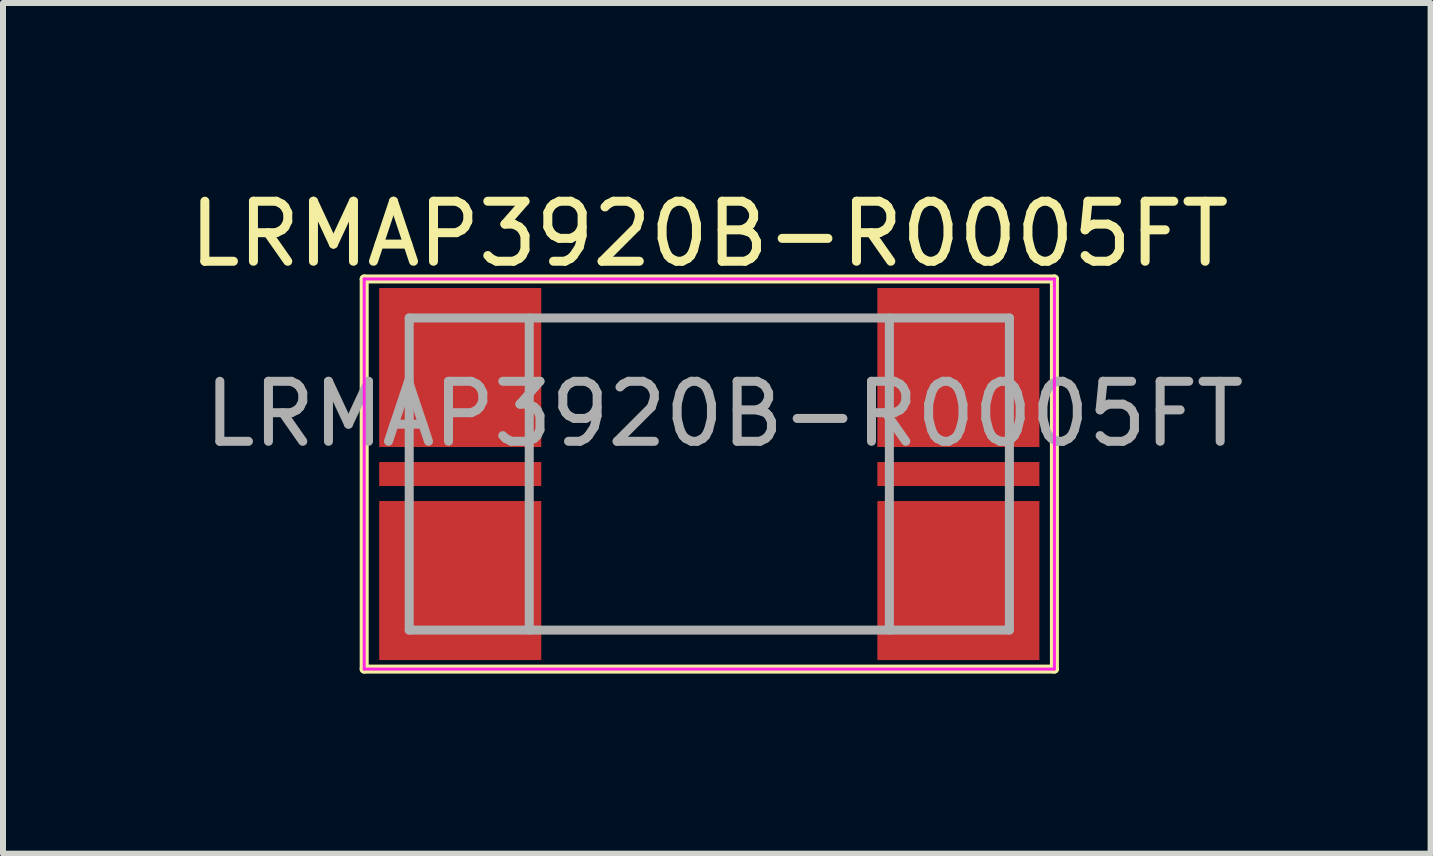
<source format=kicad_pcb>
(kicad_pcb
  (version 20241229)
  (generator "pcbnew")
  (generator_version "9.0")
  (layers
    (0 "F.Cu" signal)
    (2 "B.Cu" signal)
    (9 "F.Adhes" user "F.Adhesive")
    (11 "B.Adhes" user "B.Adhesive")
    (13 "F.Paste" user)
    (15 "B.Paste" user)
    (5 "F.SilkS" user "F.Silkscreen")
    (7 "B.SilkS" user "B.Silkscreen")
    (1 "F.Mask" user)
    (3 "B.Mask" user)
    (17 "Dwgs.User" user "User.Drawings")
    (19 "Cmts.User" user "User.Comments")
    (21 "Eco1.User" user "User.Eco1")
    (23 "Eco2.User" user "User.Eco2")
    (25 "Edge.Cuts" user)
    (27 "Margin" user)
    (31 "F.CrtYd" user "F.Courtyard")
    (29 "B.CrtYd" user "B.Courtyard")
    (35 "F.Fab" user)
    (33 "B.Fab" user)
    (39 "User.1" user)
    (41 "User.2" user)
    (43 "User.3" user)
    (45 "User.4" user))
  (footprint "LRMAP3920B-R0005FT"
    (layer "F.Cu")
    (at 8.768 4.848)
    (property "Reference" "LRMAP3920B-R0005FT" (at 0 -4 0) (layer "F.SilkS") (effects (font (size 1 1) (thickness 0.15))))
    (attr smd)
    (fp_line (start -5.75 -3.25) (end 5.75 -3.25) (stroke (width 0.15) (type solid)) (layer "F.SilkS"))
    (fp_line (start -5.75 3.25) (end -5.75 -3.25) (stroke (width 0.15) (type solid)) (layer "F.SilkS"))
    (fp_line (start -5.75 3.25) (end 5.75 3.25) (stroke (width 0.15) (type solid)) (layer "F.SilkS"))
    (fp_line (start 5.75 -3.25) (end 5.75 3.25) (stroke (width 0.15) (type solid)) (layer "F.SilkS"))
    (fp_line (start -5.75 -3.25) (end -5.75 3.25) (stroke (width 0.05) (type solid)) (layer "F.CrtYd"))
    (fp_line (start -5.75 -3.25) (end 5.75 -3.25) (stroke (width 0.05) (type solid)) (layer "F.CrtYd"))
    (fp_line (start -5.75 3.25) (end 5.75 3.25) (stroke (width 0.05) (type solid)) (layer "F.CrtYd"))
    (fp_line (start 5.75 -3.25) (end 5.75 3.25) (stroke (width 0.05) (type solid)) (layer "F.CrtYd"))
    (fp_line (start -5 -2.6) (end -5 2.6) (stroke (width 0.15) (type solid)) (layer "F.Fab"))
    (fp_line (start -5 2.6) (end 5 2.6) (stroke (width 0.15) (type solid)) (layer "F.Fab"))
    (fp_line (start -3 -2.6) (end -3 2.6) (stroke (width 0.15) (type solid)) (layer "F.Fab"))
    (fp_line (start 3 -2.6) (end 3 2.6) (stroke (width 0.15) (type solid)) (layer "F.Fab"))
    (fp_line (start 5 -2.6) (end -5 -2.6) (stroke (width 0.15) (type solid)) (layer "F.Fab"))
    (fp_line (start 5 2.6) (end 5 -2.6) (stroke (width 0.15) (type solid)) (layer "F.Fab"))
    (fp_text user "${REFERENCE}" (at 0.25 -1 0) (layer "F.Fab") (effects (font (size 1 1) (thickness 0.15))))
    (pad "1" smd rect (at -4.15 -1.775) (size 2.7 2.65) (layers "F.Cu" "F.Mask" "F.Paste"))
    (pad "1" smd rect (at -4.15 1.775) (size 2.7 2.65) (layers "F.Cu" "F.Mask" "F.Paste"))
    (pad "2" smd rect (at 4.15 -1.775) (size 2.7 2.65) (layers "F.Cu" "F.Mask" "F.Paste"))
    (pad "2" smd rect (at 4.15 1.775) (size 2.7 2.65) (layers "F.Cu" "F.Mask" "F.Paste"))
    (pad "3" smd rect (at -4.15 0) (size 2.7 0.4) (layers "F.Cu" "F.Mask" "F.Paste"))
    (pad "4" smd rect (at 4.15 0) (size 2.7 0.4) (layers "F.Cu" "F.Mask" "F.Paste")))
  (gr_rect
    (start -3 -3)
    (end 20.786 11.173)
    (stroke (width 0.1) (type default))
    (fill no)
    (layer "Edge.Cuts")))
</source>
